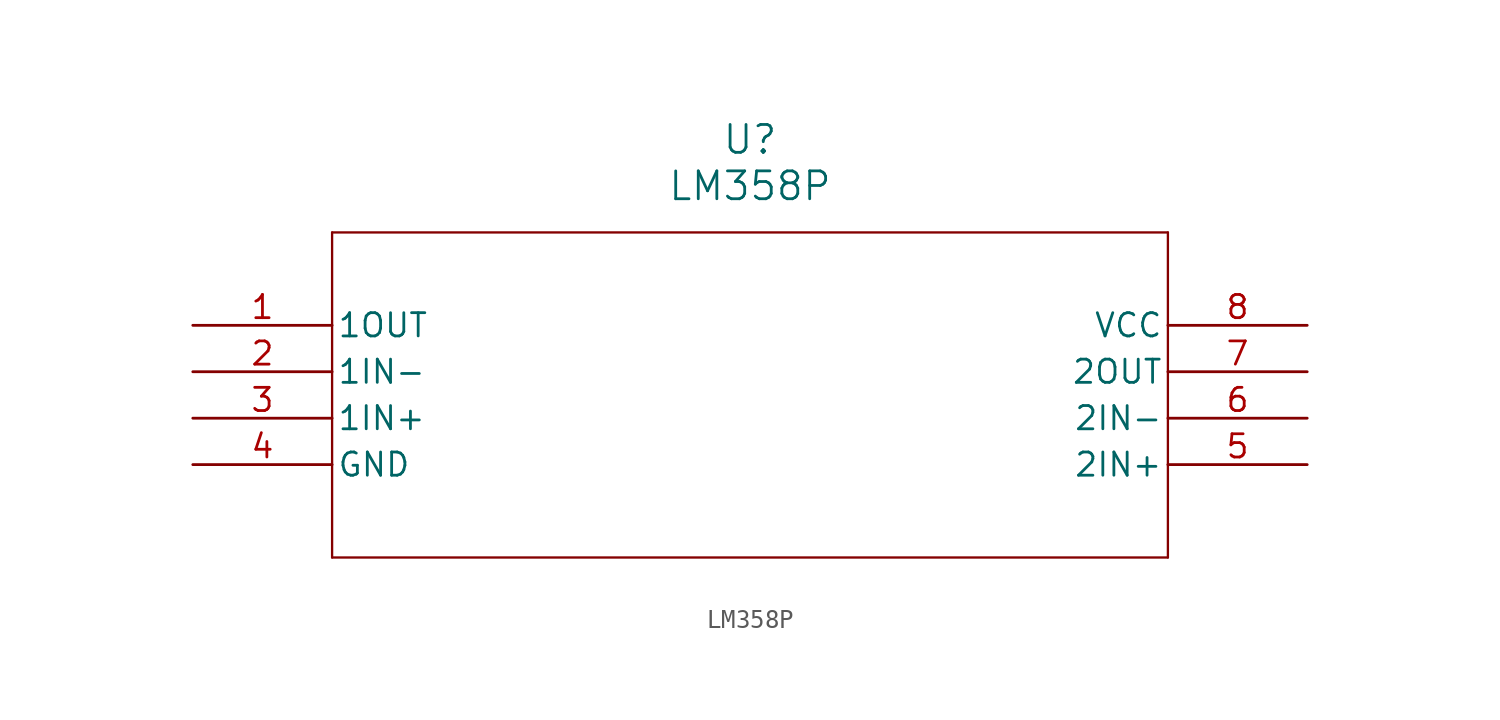
<source format=kicad_sym>
(kicad_symbol_lib
  (version 20211014)
  (generator kicad_symbol_editor)
  (symbol "LM358P"
    (pin_names
      (offset 0.254))
    (property "Reference" "U"
      (at 30.48 10.16 0)
      (effects (font (size 1.524 1.524))))
    (property "Value" "LM358P"
      (at 30.48 7.62 0)
      (effects (font (size 1.524 1.524))))
    (symbol "LM358P_0_1"
      (polyline (pts (xy 7.62 5.08) (xy 7.62 -12.7)) (stroke (width 0.127) (type default) (color 0 0 0 0)) (fill (type none)))
      (polyline (pts (xy 7.62 -12.7) (xy 53.34 -12.7)) (stroke (width 0.127) (type default) (color 0 0 0 0)) (fill (type none)))
      (polyline (pts (xy 53.34 -12.7) (xy 53.34 5.08)) (stroke (width 0.127) (type default) (color 0 0 0 0)) (fill (type none)))
      (polyline (pts (xy 53.34 5.08) (xy 7.62 5.08)) (stroke (width 0.127) (type default) (color 0 0 0 0)) (fill (type none)))
      (pin output line (at 0 0 0) (length 7.62) (name "1OUT" (effects (font (size 1.27 1.27)))) (number "1" (effects (font (size 1.27 1.27)))))
      (pin input line (at 0 -2.54 0) (length 7.62) (name "1IN-" (effects (font (size 1.27 1.27)))) (number "2" (effects (font (size 1.27 1.27)))))
      (pin input line (at 0 -5.08 0) (length 7.62) (name "1IN+" (effects (font (size 1.27 1.27)))) (number "3" (effects (font (size 1.27 1.27)))))
      (pin power_in line (at 0 -7.62 0) (length 7.62) (name "GND" (effects (font (size 1.27 1.27)))) (number "4" (effects (font (size 1.27 1.27)))))
      (pin input line (at 60.96 -7.62 180) (length 7.62) (name "2IN+" (effects (font (size 1.27 1.27)))) (number "5" (effects (font (size 1.27 1.27)))))
      (pin input line (at 60.96 -5.08 180) (length 7.62) (name "2IN-" (effects (font (size 1.27 1.27)))) (number "6" (effects (font (size 1.27 1.27)))))
      (pin output line (at 60.96 -2.54 180) (length 7.62) (name "2OUT" (effects (font (size 1.27 1.27)))) (number "7" (effects (font (size 1.27 1.27)))))
      (pin power_in line (at 60.96 0 180) (length 7.62) (name "VCC" (effects (font (size 1.27 1.27)))) (number "8" (effects (font (size 1.27 1.27))))))))
</source>
